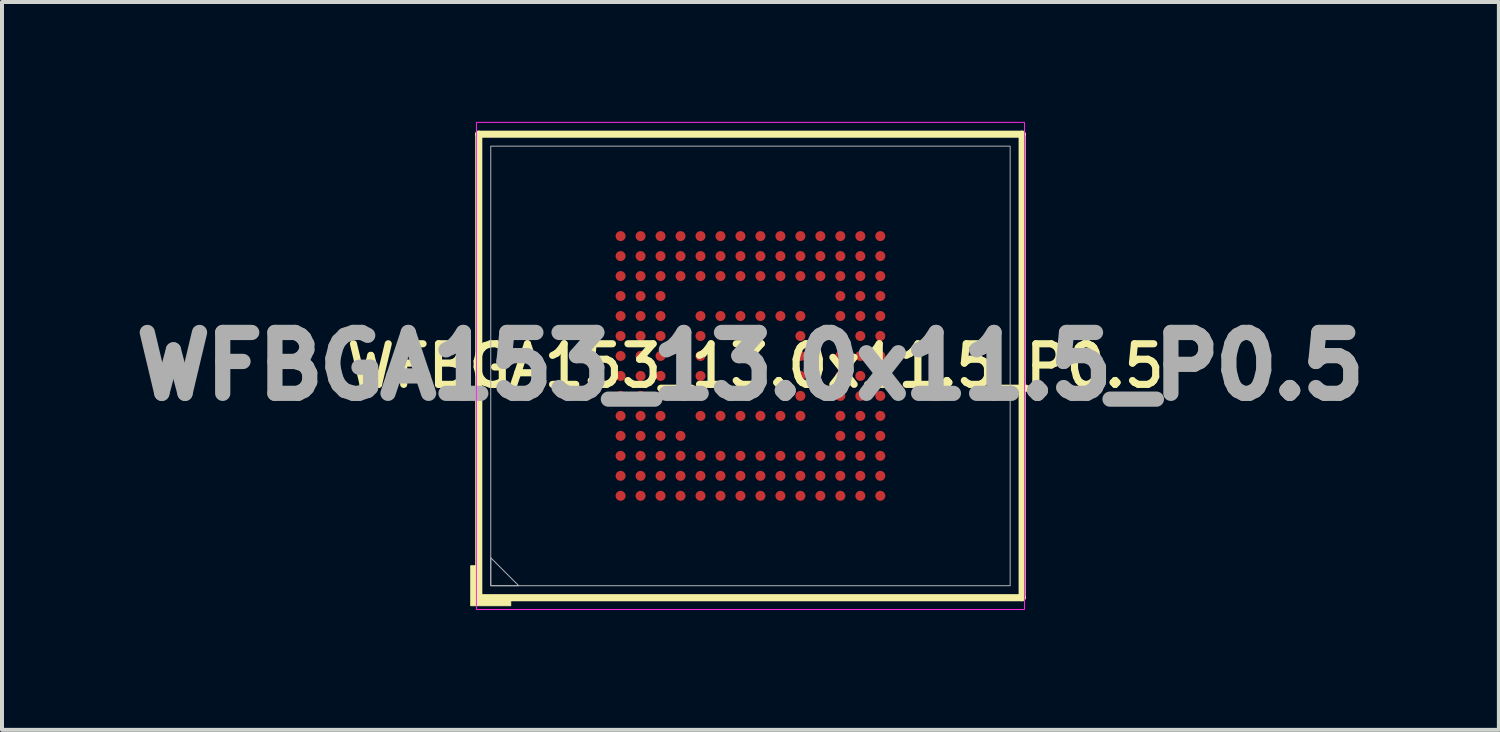
<source format=kicad_pcb>
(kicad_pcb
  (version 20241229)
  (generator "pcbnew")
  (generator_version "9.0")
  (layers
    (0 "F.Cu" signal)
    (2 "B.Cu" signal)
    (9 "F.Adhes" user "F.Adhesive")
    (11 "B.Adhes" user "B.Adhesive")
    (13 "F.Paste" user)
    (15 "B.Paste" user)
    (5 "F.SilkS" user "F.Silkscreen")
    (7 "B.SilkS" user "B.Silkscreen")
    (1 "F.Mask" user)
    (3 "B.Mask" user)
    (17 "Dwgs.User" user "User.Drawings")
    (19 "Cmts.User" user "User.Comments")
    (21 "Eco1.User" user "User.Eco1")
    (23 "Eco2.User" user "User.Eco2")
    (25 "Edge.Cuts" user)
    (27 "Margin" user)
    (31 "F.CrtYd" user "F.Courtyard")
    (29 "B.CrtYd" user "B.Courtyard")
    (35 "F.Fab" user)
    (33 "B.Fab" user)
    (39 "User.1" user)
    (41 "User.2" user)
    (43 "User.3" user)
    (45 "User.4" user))
  (footprint "WFBGA153_13.0x11.5_P0.5"
    (layer "F.Cu")
    (at 15.732 6.109)
    (property "Reference" "WFBGA153_13.0x11.5_P0.5" (at 0.127 0 0) (layer "F.SilkS") (effects (font (size 1.016 1.016) (thickness 0.178))))
    (attr smd)
    (fp_line (start -6.8 -5.8) (end -6.8 5.8) (stroke (width 0.178) (type solid)) (layer "F.SilkS"))
    (fp_line (start 6.8 -5.8) (end -6.8 -5.8) (stroke (width 0.178) (type solid)) (layer "F.SilkS"))
    (fp_line (start 6.8 5.8) (end -6.8 5.8) (stroke (width 0.178) (type solid)) (layer "F.SilkS"))
    (fp_line (start 6.8 5.8) (end 6.8 -5.8) (stroke (width 0.178) (type solid)) (layer "F.SilkS"))
    (fp_poly (pts (xy -6.8 5) (xy -7 5) (xy -7 6) (xy -6 6) (xy -6 5.8) (xy -6.8 5.8)) (stroke (width 0.025) (type solid)) (fill yes) (layer "F.SilkS"))
    (fp_rect (start -6.858 -6.096) (end 6.858 6.096) (stroke (width 0.025) (type solid)) (fill no) (layer "F.CrtYd"))
    (fp_rect (start -6.5 -5.5) (end 6.5 5.5) (stroke (width 0.025) (type solid)) (fill no) (layer "F.Fab"))
    (fp_poly (pts (xy -6.5 4.8) (xy -6.5 5.5) (xy -5.8 5.5)) (stroke (width 0.025) (type solid)) (fill no) (layer "F.Fab"))
    (fp_text user "${REFERENCE}" (at 0 0 0) (layer "F.Fab") (effects (font (size 1.524 1.524) (thickness 0.381) (bold yes))))
    (pad "A1" smd circle (at -3.25 3.25) (size 0.25 0.25) (layers "F.Cu" "F.Mask" "F.Paste"))
    (pad "A2" smd circle (at -3.25 2.75) (size 0.25 0.25) (layers "F.Cu" "F.Mask" "F.Paste"))
    (pad "A3" smd circle (at -3.25 2.25) (size 0.25 0.25) (layers "F.Cu" "F.Mask" "F.Paste"))
    (pad "A4" smd circle (at -3.25 1.75) (size 0.25 0.25) (layers "F.Cu" "F.Mask" "F.Paste"))
    (pad "A5" smd circle (at -3.25 1.25) (size 0.25 0.25) (layers "F.Cu" "F.Mask" "F.Paste"))
    (pad "A6" smd circle (at -3.25 0.75) (size 0.25 0.25) (layers "F.Cu" "F.Mask" "F.Paste"))
    (pad "A7" smd circle (at -3.25 0.25) (size 0.25 0.25) (layers "F.Cu" "F.Mask" "F.Paste"))
    (pad "A8" smd circle (at -3.25 -0.25) (size 0.25 0.25) (layers "F.Cu" "F.Mask" "F.Paste"))
    (pad "A9" smd circle (at -3.25 -0.75) (size 0.25 0.25) (layers "F.Cu" "F.Mask" "F.Paste"))
    (pad "A10" smd circle (at -3.25 -1.25) (size 0.25 0.25) (layers "F.Cu" "F.Mask" "F.Paste"))
    (pad "A11" smd circle (at -3.25 -1.75) (size 0.25 0.25) (layers "F.Cu" "F.Mask" "F.Paste"))
    (pad "A12" smd circle (at -3.25 -2.25) (size 0.25 0.25) (layers "F.Cu" "F.Mask" "F.Paste"))
    (pad "A13" smd circle (at -3.25 -2.75) (size 0.25 0.25) (layers "F.Cu" "F.Mask" "F.Paste"))
    (pad "A14" smd circle (at -3.25 -3.25) (size 0.25 0.25) (layers "F.Cu" "F.Mask" "F.Paste"))
    (pad "B1" smd circle (at -2.75 3.25) (size 0.25 0.25) (layers "F.Cu" "F.Mask" "F.Paste"))
    (pad "B2" smd circle (at -2.75 2.75) (size 0.25 0.25) (layers "F.Cu" "F.Mask" "F.Paste"))
    (pad "B3" smd circle (at -2.75 2.25) (size 0.25 0.25) (layers "F.Cu" "F.Mask" "F.Paste"))
    (pad "B4" smd circle (at -2.75 1.75) (size 0.25 0.25) (layers "F.Cu" "F.Mask" "F.Paste"))
    (pad "B5" smd circle (at -2.75 1.25) (size 0.25 0.25) (layers "F.Cu" "F.Mask" "F.Paste"))
    (pad "B6" smd circle (at -2.75 0.75) (size 0.25 0.25) (layers "F.Cu" "F.Mask" "F.Paste"))
    (pad "B7" smd circle (at -2.75 0.25) (size 0.25 0.25) (layers "F.Cu" "F.Mask" "F.Paste"))
    (pad "B8" smd circle (at -2.75 -0.25) (size 0.25 0.25) (layers "F.Cu" "F.Mask" "F.Paste"))
    (pad "B9" smd circle (at -2.75 -0.75) (size 0.25 0.25) (layers "F.Cu" "F.Mask" "F.Paste"))
    (pad "B10" smd circle (at -2.75 -1.25) (size 0.25 0.25) (layers "F.Cu" "F.Mask" "F.Paste"))
    (pad "B11" smd circle (at -2.75 -1.75) (size 0.25 0.25) (layers "F.Cu" "F.Mask" "F.Paste"))
    (pad "B12" smd circle (at -2.75 -2.25) (size 0.25 0.25) (layers "F.Cu" "F.Mask" "F.Paste"))
    (pad "B13" smd circle (at -2.75 -2.75) (size 0.25 0.25) (layers "F.Cu" "F.Mask" "F.Paste"))
    (pad "B14" smd circle (at -2.75 -3.25) (size 0.25 0.25) (layers "F.Cu" "F.Mask" "F.Paste"))
    (pad "C1" smd circle (at -2.25 3.25) (size 0.25 0.25) (layers "F.Cu" "F.Mask" "F.Paste"))
    (pad "C2" smd circle (at -2.25 2.75) (size 0.25 0.25) (layers "F.Cu" "F.Mask" "F.Paste"))
    (pad "C3" smd circle (at -2.25 2.25) (size 0.25 0.25) (layers "F.Cu" "F.Mask" "F.Paste"))
    (pad "C4" smd circle (at -2.25 1.75) (size 0.25 0.25) (layers "F.Cu" "F.Mask" "F.Paste"))
    (pad "C5" smd circle (at -2.25 1.25) (size 0.25 0.25) (layers "F.Cu" "F.Mask" "F.Paste"))
    (pad "C6" smd circle (at -2.25 0.75) (size 0.25 0.25) (layers "F.Cu" "F.Mask" "F.Paste"))
    (pad "C7" smd circle (at -2.25 0.25) (size 0.25 0.25) (layers "F.Cu" "F.Mask" "F.Paste"))
    (pad "C8" smd circle (at -2.25 -0.25) (size 0.25 0.25) (layers "F.Cu" "F.Mask" "F.Paste"))
    (pad "C9" smd circle (at -2.25 -0.75) (size 0.25 0.25) (layers "F.Cu" "F.Mask" "F.Paste"))
    (pad "C10" smd circle (at -2.25 -1.25) (size 0.25 0.25) (layers "F.Cu" "F.Mask" "F.Paste"))
    (pad "C11" smd circle (at -2.25 -1.75) (size 0.25 0.25) (layers "F.Cu" "F.Mask" "F.Paste"))
    (pad "C12" smd circle (at -2.25 -2.25) (size 0.25 0.25) (layers "F.Cu" "F.Mask" "F.Paste"))
    (pad "C13" smd circle (at -2.25 -2.75) (size 0.25 0.25) (layers "F.Cu" "F.Mask" "F.Paste"))
    (pad "C14" smd circle (at -2.25 -3.25) (size 0.25 0.25) (layers "F.Cu" "F.Mask" "F.Paste"))
    (pad "D1" smd circle (at -1.75 3.25) (size 0.25 0.25) (layers "F.Cu" "F.Mask" "F.Paste"))
    (pad "D2" smd circle (at -1.75 2.75) (size 0.25 0.25) (layers "F.Cu" "F.Mask" "F.Paste"))
    (pad "D3" smd circle (at -1.75 2.25) (size 0.25 0.25) (layers "F.Cu" "F.Mask" "F.Paste"))
    (pad "D4" smd circle (at -1.75 1.75) (size 0.25 0.25) (layers "F.Cu" "F.Mask" "F.Paste"))
    (pad "D12" smd circle (at -1.75 -2.25) (size 0.25 0.25) (layers "F.Cu" "F.Mask" "F.Paste"))
    (pad "D13" smd circle (at -1.75 -2.75) (size 0.25 0.25) (layers "F.Cu" "F.Mask" "F.Paste"))
    (pad "D14" smd circle (at -1.75 -3.25) (size 0.25 0.25) (layers "F.Cu" "F.Mask" "F.Paste"))
    (pad "E1" smd circle (at -1.25 3.25) (size 0.25 0.25) (layers "F.Cu" "F.Mask" "F.Paste"))
    (pad "E2" smd circle (at -1.25 2.75) (size 0.25 0.25) (layers "F.Cu" "F.Mask" "F.Paste"))
    (pad "E3" smd circle (at -1.25 2.25) (size 0.25 0.25) (layers "F.Cu" "F.Mask" "F.Paste"))
    (pad "E5" smd circle (at -1.25 1.25) (size 0.25 0.25) (layers "F.Cu" "F.Mask" "F.Paste"))
    (pad "E6" smd circle (at -1.25 0.75) (size 0.25 0.25) (layers "F.Cu" "F.Mask" "F.Paste"))
    (pad "E7" smd circle (at -1.25 0.25) (size 0.25 0.25) (layers "F.Cu" "F.Mask" "F.Paste"))
    (pad "E8" smd circle (at -1.25 -0.25) (size 0.25 0.25) (layers "F.Cu" "F.Mask" "F.Paste"))
    (pad "E9" smd circle (at -1.25 -0.75) (size 0.25 0.25) (layers "F.Cu" "F.Mask" "F.Paste"))
    (pad "E10" smd circle (at -1.25 -1.25) (size 0.25 0.25) (layers "F.Cu" "F.Mask" "F.Paste"))
    (pad "E12" smd circle (at -1.25 -2.25) (size 0.25 0.25) (layers "F.Cu" "F.Mask" "F.Paste"))
    (pad "E13" smd circle (at -1.25 -2.75) (size 0.25 0.25) (layers "F.Cu" "F.Mask" "F.Paste"))
    (pad "E14" smd circle (at -1.25 -3.25) (size 0.25 0.25) (layers "F.Cu" "F.Mask" "F.Paste"))
    (pad "F1" smd circle (at -0.75 3.25) (size 0.25 0.25) (layers "F.Cu" "F.Mask" "F.Paste"))
    (pad "F2" smd circle (at -0.75 2.75) (size 0.25 0.25) (layers "F.Cu" "F.Mask" "F.Paste"))
    (pad "F3" smd circle (at -0.75 2.25) (size 0.25 0.25) (layers "F.Cu" "F.Mask" "F.Paste"))
    (pad "F5" smd circle (at -0.75 1.25) (size 0.25 0.25) (layers "F.Cu" "F.Mask" "F.Paste"))
    (pad "F10" smd circle (at -0.75 -1.25) (size 0.25 0.25) (layers "F.Cu" "F.Mask" "F.Paste"))
    (pad "F12" smd circle (at -0.75 -2.25) (size 0.25 0.25) (layers "F.Cu" "F.Mask" "F.Paste"))
    (pad "F13" smd circle (at -0.75 -2.75) (size 0.25 0.25) (layers "F.Cu" "F.Mask" "F.Paste"))
    (pad "F14" smd circle (at -0.75 -3.25) (size 0.25 0.25) (layers "F.Cu" "F.Mask" "F.Paste"))
    (pad "G1" smd circle (at -0.25 3.25) (size 0.25 0.25) (layers "F.Cu" "F.Mask" "F.Paste"))
    (pad "G2" smd circle (at -0.25 2.75) (size 0.25 0.25) (layers "F.Cu" "F.Mask" "F.Paste"))
    (pad "G3" smd circle (at -0.25 2.25) (size 0.25 0.25) (layers "F.Cu" "F.Mask" "F.Paste"))
    (pad "G5" smd circle (at -0.25 1.25) (size 0.25 0.25) (layers "F.Cu" "F.Mask" "F.Paste"))
    (pad "G10" smd circle (at -0.25 -1.25) (size 0.25 0.25) (layers "F.Cu" "F.Mask" "F.Paste"))
    (pad "G12" smd circle (at -0.25 -2.25) (size 0.25 0.25) (layers "F.Cu" "F.Mask" "F.Paste"))
    (pad "G13" smd circle (at -0.25 -2.75) (size 0.25 0.25) (layers "F.Cu" "F.Mask" "F.Paste"))
    (pad "G14" smd circle (at -0.25 -3.25) (size 0.25 0.25) (layers "F.Cu" "F.Mask" "F.Paste"))
    (pad "H1" smd circle (at 0.25 3.25) (size 0.25 0.25) (layers "F.Cu" "F.Mask" "F.Paste"))
    (pad "H2" smd circle (at 0.25 2.75) (size 0.25 0.25) (layers "F.Cu" "F.Mask" "F.Paste"))
    (pad "H3" smd circle (at 0.25 2.25) (size 0.25 0.25) (layers "F.Cu" "F.Mask" "F.Paste"))
    (pad "H5" smd circle (at 0.25 1.25) (size 0.25 0.25) (layers "F.Cu" "F.Mask" "F.Paste"))
    (pad "H10" smd circle (at 0.25 -1.25) (size 0.25 0.25) (layers "F.Cu" "F.Mask" "F.Paste"))
    (pad "H12" smd circle (at 0.25 -2.25) (size 0.25 0.25) (layers "F.Cu" "F.Mask" "F.Paste"))
    (pad "H13" smd circle (at 0.25 -2.75) (size 0.25 0.25) (layers "F.Cu" "F.Mask" "F.Paste"))
    (pad "H14" smd circle (at 0.25 -3.25) (size 0.25 0.25) (layers "F.Cu" "F.Mask" "F.Paste"))
    (pad "J1" smd circle (at 0.75 3.25) (size 0.25 0.25) (layers "F.Cu" "F.Mask" "F.Paste"))
    (pad "J2" smd circle (at 0.75 2.75) (size 0.25 0.25) (layers "F.Cu" "F.Mask" "F.Paste"))
    (pad "J3" smd circle (at 0.75 2.25) (size 0.25 0.25) (layers "F.Cu" "F.Mask" "F.Paste"))
    (pad "J5" smd circle (at 0.75 1.25) (size 0.25 0.25) (layers "F.Cu" "F.Mask" "F.Paste"))
    (pad "J10" smd circle (at 0.75 -1.25) (size 0.25 0.25) (layers "F.Cu" "F.Mask" "F.Paste"))
    (pad "J12" smd circle (at 0.75 -2.25) (size 0.25 0.25) (layers "F.Cu" "F.Mask" "F.Paste"))
    (pad "J13" smd circle (at 0.75 -2.75) (size 0.25 0.25) (layers "F.Cu" "F.Mask" "F.Paste"))
    (pad "J14" smd circle (at 0.75 -3.25) (size 0.25 0.25) (layers "F.Cu" "F.Mask" "F.Paste"))
    (pad "K1" smd circle (at 1.25 3.25) (size 0.25 0.25) (layers "F.Cu" "F.Mask" "F.Paste"))
    (pad "K2" smd circle (at 1.25 2.75) (size 0.25 0.25) (layers "F.Cu" "F.Mask" "F.Paste"))
    (pad "K3" smd circle (at 1.25 2.25) (size 0.25 0.25) (layers "F.Cu" "F.Mask" "F.Paste"))
    (pad "K5" smd circle (at 1.25 1.25) (size 0.25 0.25) (layers "F.Cu" "F.Mask" "F.Paste"))
    (pad "K6" smd circle (at 1.25 0.75) (size 0.25 0.25) (layers "F.Cu" "F.Mask" "F.Paste"))
    (pad "K7" smd circle (at 1.25 0.25) (size 0.25 0.25) (layers "F.Cu" "F.Mask" "F.Paste"))
    (pad "K8" smd circle (at 1.25 -0.25) (size 0.25 0.25) (layers "F.Cu" "F.Mask" "F.Paste"))
    (pad "K9" smd circle (at 1.25 -0.75) (size 0.25 0.25) (layers "F.Cu" "F.Mask" "F.Paste"))
    (pad "K10" smd circle (at 1.25 -1.25) (size 0.25 0.25) (layers "F.Cu" "F.Mask" "F.Paste"))
    (pad "K12" smd circle (at 1.25 -2.25) (size 0.25 0.25) (layers "F.Cu" "F.Mask" "F.Paste"))
    (pad "K13" smd circle (at 1.25 -2.75) (size 0.25 0.25) (layers "F.Cu" "F.Mask" "F.Paste"))
    (pad "K14" smd circle (at 1.25 -3.25) (size 0.25 0.25) (layers "F.Cu" "F.Mask" "F.Paste"))
    (pad "L1" smd circle (at 1.75 3.25) (size 0.25 0.25) (layers "F.Cu" "F.Mask" "F.Paste"))
    (pad "L2" smd circle (at 1.75 2.75) (size 0.25 0.25) (layers "F.Cu" "F.Mask" "F.Paste"))
    (pad "L3" smd circle (at 1.75 2.25) (size 0.25 0.25) (layers "F.Cu" "F.Mask" "F.Paste"))
    (pad "L12" smd circle (at 1.75 -2.25) (size 0.25 0.25) (layers "F.Cu" "F.Mask" "F.Paste"))
    (pad "L13" smd circle (at 1.75 -2.75) (size 0.25 0.25) (layers "F.Cu" "F.Mask" "F.Paste"))
    (pad "L14" smd circle (at 1.75 -3.25) (size 0.25 0.25) (layers "F.Cu" "F.Mask" "F.Paste"))
    (pad "M1" smd circle (at 2.25 3.25) (size 0.25 0.25) (layers "F.Cu" "F.Mask" "F.Paste"))
    (pad "M2" smd circle (at 2.25 2.75) (size 0.25 0.25) (layers "F.Cu" "F.Mask" "F.Paste"))
    (pad "M3" smd circle (at 2.25 2.25) (size 0.25 0.25) (layers "F.Cu" "F.Mask" "F.Paste"))
    (pad "M4" smd circle (at 2.25 1.75) (size 0.25 0.25) (layers "F.Cu" "F.Mask" "F.Paste"))
    (pad "M5" smd circle (at 2.25 1.25) (size 0.25 0.25) (layers "F.Cu" "F.Mask" "F.Paste"))
    (pad "M6" smd circle (at 2.25 0.75) (size 0.25 0.25) (layers "F.Cu" "F.Mask" "F.Paste"))
    (pad "M7" smd circle (at 2.25 0.25) (size 0.25 0.25) (layers "F.Cu" "F.Mask" "F.Paste"))
    (pad "M8" smd circle (at 2.25 -0.25) (size 0.25 0.25) (layers "F.Cu" "F.Mask" "F.Paste"))
    (pad "M9" smd circle (at 2.25 -0.75) (size 0.25 0.25) (layers "F.Cu" "F.Mask" "F.Paste"))
    (pad "M10" smd circle (at 2.25 -1.25) (size 0.25 0.25) (layers "F.Cu" "F.Mask" "F.Paste"))
    (pad "M11" smd circle (at 2.25 -1.75) (size 0.25 0.25) (layers "F.Cu" "F.Mask" "F.Paste"))
    (pad "M12" smd circle (at 2.25 -2.25) (size 0.25 0.25) (layers "F.Cu" "F.Mask" "F.Paste"))
    (pad "M13" smd circle (at 2.25 -2.75) (size 0.25 0.25) (layers "F.Cu" "F.Mask" "F.Paste"))
    (pad "M14" smd circle (at 2.25 -3.25) (size 0.25 0.25) (layers "F.Cu" "F.Mask" "F.Paste"))
    (pad "N1" smd circle (at 2.75 3.25) (size 0.25 0.25) (layers "F.Cu" "F.Mask" "F.Paste"))
    (pad "N2" smd circle (at 2.75 2.75) (size 0.25 0.25) (layers "F.Cu" "F.Mask" "F.Paste"))
    (pad "N3" smd circle (at 2.75 2.25) (size 0.25 0.25) (layers "F.Cu" "F.Mask" "F.Paste"))
    (pad "N4" smd circle (at 2.75 1.75) (size 0.25 0.25) (layers "F.Cu" "F.Mask" "F.Paste"))
    (pad "N5" smd circle (at 2.75 1.25) (size 0.25 0.25) (layers "F.Cu" "F.Mask" "F.Paste"))
    (pad "N6" smd circle (at 2.75 0.75) (size 0.25 0.25) (layers "F.Cu" "F.Mask" "F.Paste"))
    (pad "N7" smd circle (at 2.75 0.25) (size 0.25 0.25) (layers "F.Cu" "F.Mask" "F.Paste"))
    (pad "N8" smd circle (at 2.75 -0.25) (size 0.25 0.25) (layers "F.Cu" "F.Mask" "F.Paste"))
    (pad "N9" smd circle (at 2.75 -0.75) (size 0.25 0.25) (layers "F.Cu" "F.Mask" "F.Paste"))
    (pad "N10" smd circle (at 2.75 -1.25) (size 0.25 0.25) (layers "F.Cu" "F.Mask" "F.Paste"))
    (pad "N11" smd circle (at 2.75 -1.75) (size 0.25 0.25) (layers "F.Cu" "F.Mask" "F.Paste"))
    (pad "N12" smd circle (at 2.75 -2.25) (size 0.25 0.25) (layers "F.Cu" "F.Mask" "F.Paste"))
    (pad "N13" smd circle (at 2.75 -2.75) (size 0.25 0.25) (layers "F.Cu" "F.Mask" "F.Paste"))
    (pad "N14" smd circle (at 2.75 -3.25) (size 0.25 0.25) (layers "F.Cu" "F.Mask" "F.Paste"))
    (pad "P1" smd circle (at 3.25 3.25) (size 0.25 0.25) (layers "F.Cu" "F.Mask" "F.Paste"))
    (pad "P2" smd circle (at 3.25 2.75) (size 0.25 0.25) (layers "F.Cu" "F.Mask" "F.Paste"))
    (pad "P3" smd circle (at 3.25 2.25) (size 0.25 0.25) (layers "F.Cu" "F.Mask" "F.Paste"))
    (pad "P4" smd circle (at 3.25 1.75) (size 0.25 0.25) (layers "F.Cu" "F.Mask" "F.Paste"))
    (pad "P5" smd circle (at 3.25 1.25) (size 0.25 0.25) (layers "F.Cu" "F.Mask" "F.Paste"))
    (pad "P6" smd circle (at 3.25 0.75) (size 0.25 0.25) (layers "F.Cu" "F.Mask" "F.Paste"))
    (pad "P7" smd circle (at 3.25 0.25) (size 0.25 0.25) (layers "F.Cu" "F.Mask" "F.Paste"))
    (pad "P8" smd circle (at 3.25 -0.25) (size 0.25 0.25) (layers "F.Cu" "F.Mask" "F.Paste"))
    (pad "P9" smd circle (at 3.25 -0.75) (size 0.25 0.25) (layers "F.Cu" "F.Mask" "F.Paste"))
    (pad "P10" smd circle (at 3.25 -1.25) (size 0.25 0.25) (layers "F.Cu" "F.Mask" "F.Paste"))
    (pad "P11" smd circle (at 3.25 -1.75) (size 0.25 0.25) (layers "F.Cu" "F.Mask" "F.Paste"))
    (pad "P12" smd circle (at 3.25 -2.25) (size 0.25 0.25) (layers "F.Cu" "F.Mask" "F.Paste"))
    (pad "P13" smd circle (at 3.25 -2.75) (size 0.25 0.25) (layers "F.Cu" "F.Mask" "F.Paste"))
    (pad "P14" smd circle (at 3.25 -3.25) (size 0.25 0.25) (layers "F.Cu" "F.Mask" "F.Paste")))
  (gr_rect
    (start -3 -3)
    (end 34.463 15.217)
    (stroke (width 0.1) (type default))
    (fill no)
    (layer "Edge.Cuts")))
</source>
